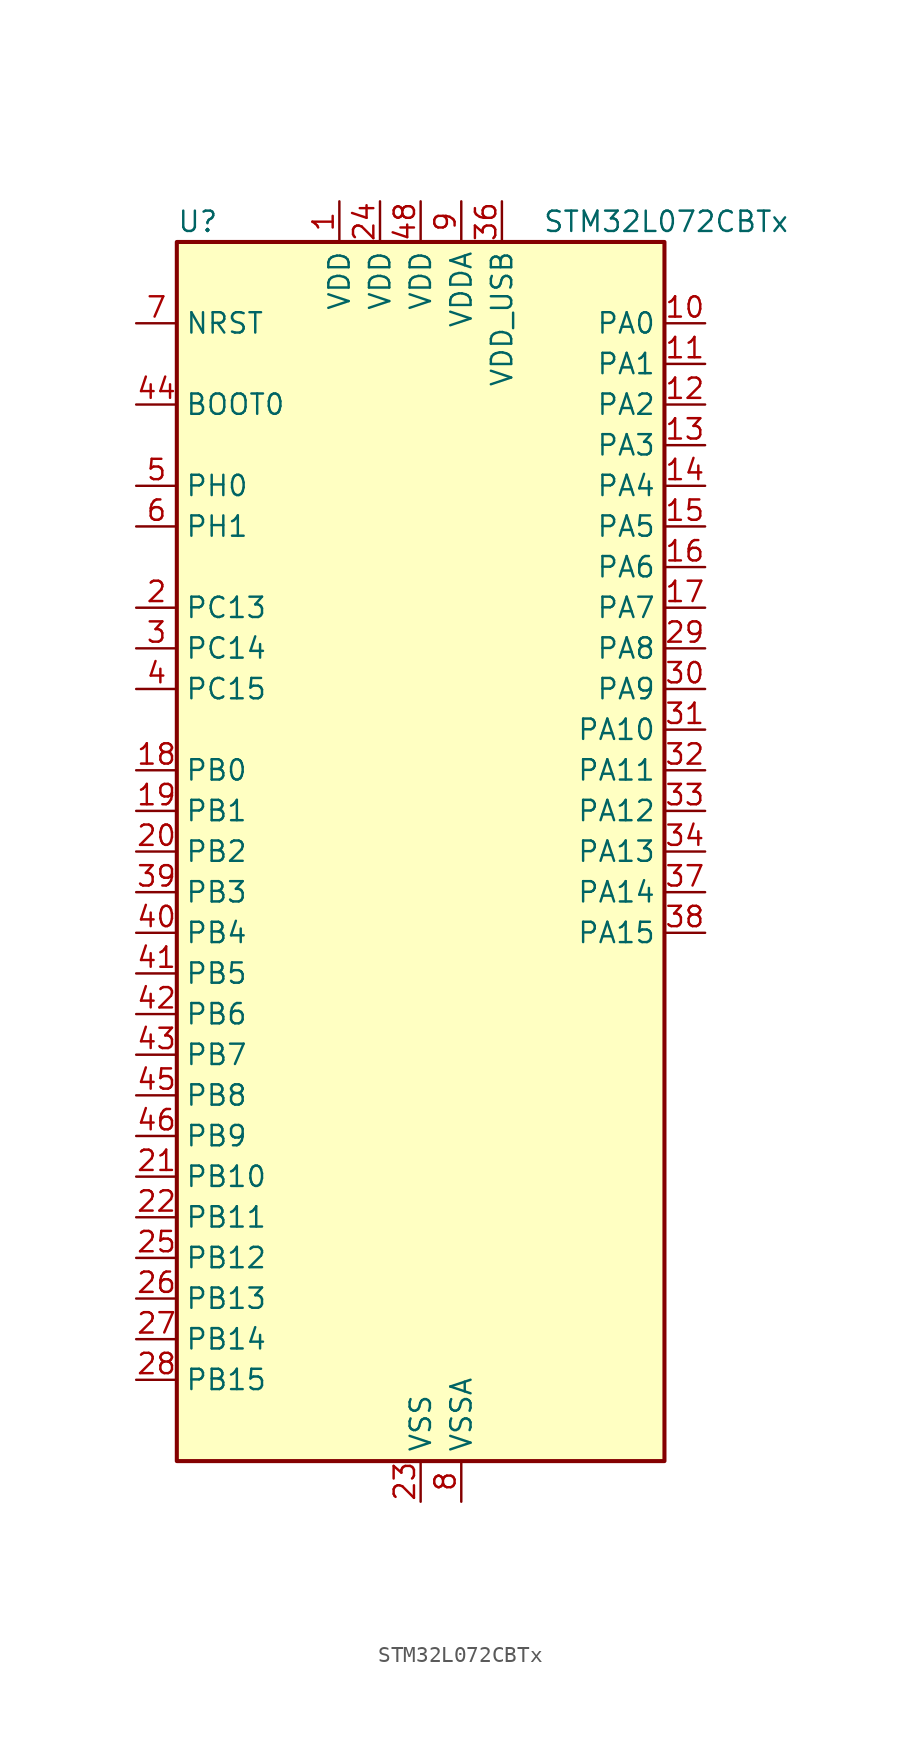
<source format=kicad_sym>
(kicad_symbol_lib
  (version 20241209)
  (generator "kicad_symbol_editor")
  (generator_version "9.0")
  (symbol "STM32L072CBTx"
    (property "Reference" "U"
      (at -15.24 39.37 0)
      (effects (font (size 1.27 1.27)) (justify left)))
    (property "Value" "STM32L072CBTx"
      (at 7.62 39.37 0)
      (effects (font (size 1.27 1.27)) (justify left)))
    (symbol "STM32L072CBTx_0_1"
      (rectangle (start -15.24 38.1) (end 15.24 -38.1) (stroke (width 0.254) (type default)) (fill (type background))))
    (symbol "STM32L072CBTx_1_1"
      (pin input line (at -17.78 33.02 0) (length 2.54) (name "NRST" (effects (font (size 1.27 1.27)))) (number "7" (effects (font (size 1.27 1.27)))))
      (pin input line (at -17.78 27.94 0) (length 2.54) (name "BOOT0" (effects (font (size 1.27 1.27)))) (number "44" (effects (font (size 1.27 1.27)))))
      (pin bidirectional line (at -17.78 22.86 0) (length 2.54) (name "PH0" (effects (font (size 1.27 1.27)))) (number "5" (effects (font (size 1.27 1.27)))) (alternate "CRS_SYNC" bidirectional line) (alternate "RCC_OSC_IN" bidirectional line))
      (pin bidirectional line (at -17.78 20.32 0) (length 2.54) (name "PH1" (effects (font (size 1.27 1.27)))) (number "6" (effects (font (size 1.27 1.27)))) (alternate "RCC_OSC_OUT" bidirectional line))
      (pin bidirectional line (at -17.78 15.24 0) (length 2.54) (name "PC13" (effects (font (size 1.27 1.27)))) (number "2" (effects (font (size 1.27 1.27)))) (alternate "RTC_OUT_ALARM" bidirectional line) (alternate "RTC_OUT_CALIB" bidirectional line) (alternate "RTC_TAMP1" bidirectional line) (alternate "RTC_TS" bidirectional line) (alternate "SYS_WKUP2" bidirectional line))
      (pin bidirectional line (at -17.78 12.7 0) (length 2.54) (name "PC14" (effects (font (size 1.27 1.27)))) (number "3" (effects (font (size 1.27 1.27)))) (alternate "RCC_OSC32_IN" bidirectional line))
      (pin bidirectional line (at -17.78 10.16 0) (length 2.54) (name "PC15" (effects (font (size 1.27 1.27)))) (number "4" (effects (font (size 1.27 1.27)))) (alternate "RCC_OSC32_OUT" bidirectional line))
      (pin bidirectional line (at -17.78 5.08 0) (length 2.54) (name "PB0" (effects (font (size 1.27 1.27)))) (number "18" (effects (font (size 1.27 1.27)))) (alternate "ADC_IN8" bidirectional line) (alternate "SYS_VREF_OUT_PB0" bidirectional line) (alternate "TIM3_CH3" bidirectional line) (alternate "TSC_G3_IO2" bidirectional line))
      (pin bidirectional line (at -17.78 2.54 0) (length 2.54) (name "PB1" (effects (font (size 1.27 1.27)))) (number "19" (effects (font (size 1.27 1.27)))) (alternate "ADC_IN9" bidirectional line) (alternate "LPUART1_DE" bidirectional line) (alternate "LPUART1_RTS" bidirectional line) (alternate "SYS_VREF_OUT_PB1" bidirectional line) (alternate "TIM3_CH4" bidirectional line) (alternate "TSC_G3_IO3" bidirectional line))
      (pin bidirectional line (at -17.78 0 0) (length 2.54) (name "PB2" (effects (font (size 1.27 1.27)))) (number "20" (effects (font (size 1.27 1.27)))) (alternate "I2C3_SMBA" bidirectional line) (alternate "LPTIM1_OUT" bidirectional line) (alternate "TSC_G3_IO4" bidirectional line))
      (pin bidirectional line (at -17.78 -2.54 0) (length 2.54) (name "PB3" (effects (font (size 1.27 1.27)))) (number "39" (effects (font (size 1.27 1.27)))) (alternate "COMP2_INM" bidirectional line) (alternate "SPI1_SCK" bidirectional line) (alternate "TIM2_CH2" bidirectional line) (alternate "TSC_G5_IO1" bidirectional line) (alternate "USART1_DE" bidirectional line) (alternate "USART1_RTS" bidirectional line) (alternate "USART5_TX" bidirectional line))
      (pin bidirectional line (at -17.78 -5.08 0) (length 2.54) (name "PB4" (effects (font (size 1.27 1.27)))) (number "40" (effects (font (size 1.27 1.27)))) (alternate "COMP2_INP" bidirectional line) (alternate "I2C3_SDA" bidirectional line) (alternate "SPI1_MISO" bidirectional line) (alternate "TIM22_CH1" bidirectional line) (alternate "TIM3_CH1" bidirectional line) (alternate "TSC_G5_IO2" bidirectional line) (alternate "USART1_CTS" bidirectional line) (alternate "USART5_RX" bidirectional line))
      (pin bidirectional line (at -17.78 -7.62 0) (length 2.54) (name "PB5" (effects (font (size 1.27 1.27)))) (number "41" (effects (font (size 1.27 1.27)))) (alternate "COMP2_INP" bidirectional line) (alternate "I2C1_SMBA" bidirectional line) (alternate "LPTIM1_IN1" bidirectional line) (alternate "SPI1_MOSI" bidirectional line) (alternate "TIM22_CH2" bidirectional line) (alternate "TIM3_CH2" bidirectional line) (alternate "USART1_CK" bidirectional line) (alternate "USART5_CK" bidirectional line) (alternate "USART5_DE" bidirectional line) (alternate "USART5_RTS" bidirectional line))
      (pin bidirectional line (at -17.78 -10.16 0) (length 2.54) (name "PB6" (effects (font (size 1.27 1.27)))) (number "42" (effects (font (size 1.27 1.27)))) (alternate "COMP2_INP" bidirectional line) (alternate "I2C1_SCL" bidirectional line) (alternate "LPTIM1_ETR" bidirectional line) (alternate "TSC_G5_IO3" bidirectional line) (alternate "USART1_TX" bidirectional line))
      (pin bidirectional line (at -17.78 -12.7 0) (length 2.54) (name "PB7" (effects (font (size 1.27 1.27)))) (number "43" (effects (font (size 1.27 1.27)))) (alternate "COMP2_INP" bidirectional line) (alternate "I2C1_SDA" bidirectional line) (alternate "LPTIM1_IN2" bidirectional line) (alternate "SYS_PVD_IN" bidirectional line) (alternate "TSC_G5_IO4" bidirectional line) (alternate "USART1_RX" bidirectional line) (alternate "USART4_CTS" bidirectional line))
      (pin bidirectional line (at -17.78 -15.24 0) (length 2.54) (name "PB8" (effects (font (size 1.27 1.27)))) (number "45" (effects (font (size 1.27 1.27)))) (alternate "I2C1_SCL" bidirectional line) (alternate "TSC_SYNC" bidirectional line))
      (pin bidirectional line (at -17.78 -17.78 0) (length 2.54) (name "PB9" (effects (font (size 1.27 1.27)))) (number "46" (effects (font (size 1.27 1.27)))) (alternate "DAC_EXTI9" bidirectional line) (alternate "I2C1_SDA" bidirectional line) (alternate "I2S2_WS" bidirectional line) (alternate "SPI2_NSS" bidirectional line))
      (pin bidirectional line (at -17.78 -20.32 0) (length 2.54) (name "PB10" (effects (font (size 1.27 1.27)))) (number "21" (effects (font (size 1.27 1.27)))) (alternate "I2C2_SCL" bidirectional line) (alternate "LPUART1_RX" bidirectional line) (alternate "LPUART1_TX" bidirectional line) (alternate "SPI2_SCK" bidirectional line) (alternate "TIM2_CH3" bidirectional line) (alternate "TSC_SYNC" bidirectional line))
      (pin bidirectional line (at -17.78 -22.86 0) (length 2.54) (name "PB11" (effects (font (size 1.27 1.27)))) (number "22" (effects (font (size 1.27 1.27)))) (alternate "ADC_EXTI11" bidirectional line) (alternate "I2C2_SDA" bidirectional line) (alternate "LPUART1_RX" bidirectional line) (alternate "LPUART1_TX" bidirectional line) (alternate "TIM2_CH4" bidirectional line) (alternate "TSC_G6_IO1" bidirectional line))
      (pin bidirectional line (at -17.78 -25.4 0) (length 2.54) (name "PB12" (effects (font (size 1.27 1.27)))) (number "25" (effects (font (size 1.27 1.27)))) (alternate "I2S2_WS" bidirectional line) (alternate "LPUART1_DE" bidirectional line) (alternate "LPUART1_RTS" bidirectional line) (alternate "SPI2_NSS" bidirectional line) (alternate "TSC_G6_IO2" bidirectional line))
      (pin bidirectional line (at -17.78 -27.94 0) (length 2.54) (name "PB13" (effects (font (size 1.27 1.27)))) (number "26" (effects (font (size 1.27 1.27)))) (alternate "I2C2_SCL" bidirectional line) (alternate "I2S2_CK" bidirectional line) (alternate "LPUART1_CTS" bidirectional line) (alternate "RCC_MCO" bidirectional line) (alternate "SPI2_SCK" bidirectional line) (alternate "TIM21_CH1" bidirectional line) (alternate "TSC_G6_IO3" bidirectional line))
      (pin bidirectional line (at -17.78 -30.48 0) (length 2.54) (name "PB14" (effects (font (size 1.27 1.27)))) (number "27" (effects (font (size 1.27 1.27)))) (alternate "I2C2_SDA" bidirectional line) (alternate "I2S2_MCK" bidirectional line) (alternate "LPUART1_DE" bidirectional line) (alternate "LPUART1_RTS" bidirectional line) (alternate "RTC_OUT_ALARM" bidirectional line) (alternate "RTC_OUT_CALIB" bidirectional line) (alternate "SPI2_MISO" bidirectional line) (alternate "TIM21_CH2" bidirectional line) (alternate "TSC_G6_IO4" bidirectional line))
      (pin bidirectional line (at -17.78 -33.02 0) (length 2.54) (name "PB15" (effects (font (size 1.27 1.27)))) (number "28" (effects (font (size 1.27 1.27)))) (alternate "I2S2_SD" bidirectional line) (alternate "RTC_REFIN" bidirectional line) (alternate "SPI2_MOSI" bidirectional line))
      (pin power_in line (at -5.08 40.64 270) (length 2.54) (name "VDD" (effects (font (size 1.27 1.27)))) (number "1" (effects (font (size 1.27 1.27)))))
      (pin power_in line (at -2.54 40.64 270) (length 2.54) (name "VDD" (effects (font (size 1.27 1.27)))) (number "24" (effects (font (size 1.27 1.27)))))
      (pin power_in line (at 0 40.64 270) (length 2.54) (name "VDD" (effects (font (size 1.27 1.27)))) (number "48" (effects (font (size 1.27 1.27)))))
      (pin power_in line (at 0 -40.64 90) (length 2.54) (name "VSS" (effects (font (size 1.27 1.27)))) (number "23" (effects (font (size 1.27 1.27)))))
      (pin passive line (at 0 -40.64 90) (length 2.54) (hide yes) (name "VSS" (effects (font (size 1.27 1.27)))) (number "35" (effects (font (size 1.27 1.27)))))
      (pin passive line (at 0 -40.64 90) (length 2.54) (hide yes) (name "VSS" (effects (font (size 1.27 1.27)))) (number "47" (effects (font (size 1.27 1.27)))))
      (pin power_in line (at 2.54 40.64 270) (length 2.54) (name "VDDA" (effects (font (size 1.27 1.27)))) (number "9" (effects (font (size 1.27 1.27)))))
      (pin power_in line (at 2.54 -40.64 90) (length 2.54) (name "VSSA" (effects (font (size 1.27 1.27)))) (number "8" (effects (font (size 1.27 1.27)))))
      (pin power_in line (at 5.08 40.64 270) (length 2.54) (name "VDD_USB" (effects (font (size 1.27 1.27)))) (number "36" (effects (font (size 1.27 1.27)))))
      (pin bidirectional line (at 17.78 33.02 180) (length 2.54) (name "PA0" (effects (font (size 1.27 1.27)))) (number "10" (effects (font (size 1.27 1.27)))) (alternate "ADC_IN0" bidirectional line) (alternate "COMP1_INM" bidirectional line) (alternate "COMP1_OUT" bidirectional line) (alternate "RTC_TAMP2" bidirectional line) (alternate "SYS_WKUP1" bidirectional line) (alternate "TIM2_CH1" bidirectional line) (alternate "TIM2_ETR" bidirectional line) (alternate "TSC_G1_IO1" bidirectional line) (alternate "USART2_CTS" bidirectional line) (alternate "USART4_TX" bidirectional line))
      (pin bidirectional line (at 17.78 30.48 180) (length 2.54) (name "PA1" (effects (font (size 1.27 1.27)))) (number "11" (effects (font (size 1.27 1.27)))) (alternate "ADC_IN1" bidirectional line) (alternate "COMP1_INP" bidirectional line) (alternate "TIM21_ETR" bidirectional line) (alternate "TIM2_CH2" bidirectional line) (alternate "TSC_G1_IO2" bidirectional line) (alternate "USART2_DE" bidirectional line) (alternate "USART2_RTS" bidirectional line) (alternate "USART4_RX" bidirectional line))
      (pin bidirectional line (at 17.78 27.94 180) (length 2.54) (name "PA2" (effects (font (size 1.27 1.27)))) (number "12" (effects (font (size 1.27 1.27)))) (alternate "ADC_IN2" bidirectional line) (alternate "COMP2_INM" bidirectional line) (alternate "COMP2_OUT" bidirectional line) (alternate "LPUART1_TX" bidirectional line) (alternate "TIM21_CH1" bidirectional line) (alternate "TIM2_CH3" bidirectional line) (alternate "TSC_G1_IO3" bidirectional line) (alternate "USART2_TX" bidirectional line))
      (pin bidirectional line (at 17.78 25.4 180) (length 2.54) (name "PA3" (effects (font (size 1.27 1.27)))) (number "13" (effects (font (size 1.27 1.27)))) (alternate "ADC_IN3" bidirectional line) (alternate "COMP2_INP" bidirectional line) (alternate "LPUART1_RX" bidirectional line) (alternate "TIM21_CH2" bidirectional line) (alternate "TIM2_CH4" bidirectional line) (alternate "TSC_G1_IO4" bidirectional line) (alternate "USART2_RX" bidirectional line))
      (pin bidirectional line (at 17.78 22.86 180) (length 2.54) (name "PA4" (effects (font (size 1.27 1.27)))) (number "14" (effects (font (size 1.27 1.27)))) (alternate "ADC_IN4" bidirectional line) (alternate "COMP1_INM" bidirectional line) (alternate "COMP2_INM" bidirectional line) (alternate "DAC_OUT1" bidirectional line) (alternate "SPI1_NSS" bidirectional line) (alternate "TIM22_ETR" bidirectional line) (alternate "TSC_G2_IO1" bidirectional line) (alternate "USART2_CK" bidirectional line))
      (pin bidirectional line (at 17.78 20.32 180) (length 2.54) (name "PA5" (effects (font (size 1.27 1.27)))) (number "15" (effects (font (size 1.27 1.27)))) (alternate "ADC_IN5" bidirectional line) (alternate "COMP1_INM" bidirectional line) (alternate "COMP2_INM" bidirectional line) (alternate "DAC_OUT2" bidirectional line) (alternate "SPI1_SCK" bidirectional line) (alternate "TIM2_CH1" bidirectional line) (alternate "TIM2_ETR" bidirectional line) (alternate "TSC_G2_IO2" bidirectional line))
      (pin bidirectional line (at 17.78 17.78 180) (length 2.54) (name "PA6" (effects (font (size 1.27 1.27)))) (number "16" (effects (font (size 1.27 1.27)))) (alternate "ADC_IN6" bidirectional line) (alternate "COMP1_OUT" bidirectional line) (alternate "LPUART1_CTS" bidirectional line) (alternate "SPI1_MISO" bidirectional line) (alternate "TIM22_CH1" bidirectional line) (alternate "TIM3_CH1" bidirectional line) (alternate "TSC_G2_IO3" bidirectional line))
      (pin bidirectional line (at 17.78 15.24 180) (length 2.54) (name "PA7" (effects (font (size 1.27 1.27)))) (number "17" (effects (font (size 1.27 1.27)))) (alternate "ADC_IN7" bidirectional line) (alternate "COMP2_OUT" bidirectional line) (alternate "SPI1_MOSI" bidirectional line) (alternate "TIM22_CH2" bidirectional line) (alternate "TIM3_CH2" bidirectional line) (alternate "TSC_G2_IO4" bidirectional line))
      (pin bidirectional line (at 17.78 12.7 180) (length 2.54) (name "PA8" (effects (font (size 1.27 1.27)))) (number "29" (effects (font (size 1.27 1.27)))) (alternate "CRS_SYNC" bidirectional line) (alternate "I2C3_SCL" bidirectional line) (alternate "RCC_MCO" bidirectional line) (alternate "USART1_CK" bidirectional line))
      (pin bidirectional line (at 17.78 10.16 180) (length 2.54) (name "PA9" (effects (font (size 1.27 1.27)))) (number "30" (effects (font (size 1.27 1.27)))) (alternate "DAC_EXTI9" bidirectional line) (alternate "I2C1_SCL" bidirectional line) (alternate "I2C3_SMBA" bidirectional line) (alternate "RCC_MCO" bidirectional line) (alternate "TSC_G4_IO1" bidirectional line) (alternate "USART1_TX" bidirectional line))
      (pin bidirectional line (at 17.78 7.62 180) (length 2.54) (name "PA10" (effects (font (size 1.27 1.27)))) (number "31" (effects (font (size 1.27 1.27)))) (alternate "I2C1_SDA" bidirectional line) (alternate "TSC_G4_IO2" bidirectional line) (alternate "USART1_RX" bidirectional line))
      (pin bidirectional line (at 17.78 5.08 180) (length 2.54) (name "PA11" (effects (font (size 1.27 1.27)))) (number "32" (effects (font (size 1.27 1.27)))) (alternate "ADC_EXTI11" bidirectional line) (alternate "COMP1_OUT" bidirectional line) (alternate "SPI1_MISO" bidirectional line) (alternate "TSC_G4_IO3" bidirectional line) (alternate "USART1_CTS" bidirectional line) (alternate "USB_DM" bidirectional line))
      (pin bidirectional line (at 17.78 2.54 180) (length 2.54) (name "PA12" (effects (font (size 1.27 1.27)))) (number "33" (effects (font (size 1.27 1.27)))) (alternate "COMP2_OUT" bidirectional line) (alternate "SPI1_MOSI" bidirectional line) (alternate "TSC_G4_IO4" bidirectional line) (alternate "USART1_DE" bidirectional line) (alternate "USART1_RTS" bidirectional line) (alternate "USB_DP" bidirectional line))
      (pin bidirectional line (at 17.78 0 180) (length 2.54) (name "PA13" (effects (font (size 1.27 1.27)))) (number "34" (effects (font (size 1.27 1.27)))) (alternate "LPUART1_RX" bidirectional line) (alternate "SYS_SWDIO" bidirectional line) (alternate "USB_NOE" bidirectional line))
      (pin bidirectional line (at 17.78 -2.54 180) (length 2.54) (name "PA14" (effects (font (size 1.27 1.27)))) (number "37" (effects (font (size 1.27 1.27)))) (alternate "LPUART1_TX" bidirectional line) (alternate "SYS_SWCLK" bidirectional line) (alternate "USART2_TX" bidirectional line))
      (pin bidirectional line (at 17.78 -5.08 180) (length 2.54) (name "PA15" (effects (font (size 1.27 1.27)))) (number "38" (effects (font (size 1.27 1.27)))) (alternate "SPI1_NSS" bidirectional line) (alternate "TIM2_CH1" bidirectional line) (alternate "TIM2_ETR" bidirectional line) (alternate "USART2_RX" bidirectional line) (alternate "USART4_DE" bidirectional line) (alternate "USART4_RTS" bidirectional line)))))
</source>
